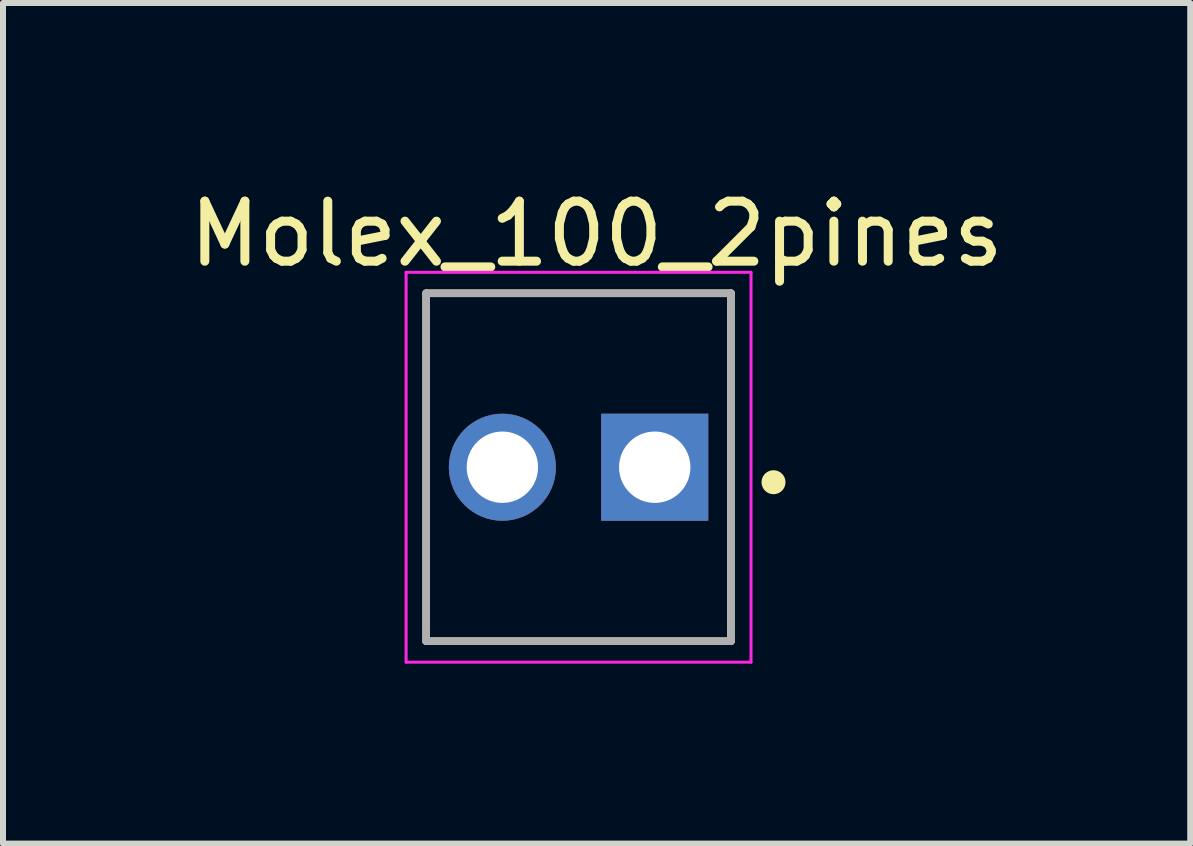
<source format=kicad_pcb>
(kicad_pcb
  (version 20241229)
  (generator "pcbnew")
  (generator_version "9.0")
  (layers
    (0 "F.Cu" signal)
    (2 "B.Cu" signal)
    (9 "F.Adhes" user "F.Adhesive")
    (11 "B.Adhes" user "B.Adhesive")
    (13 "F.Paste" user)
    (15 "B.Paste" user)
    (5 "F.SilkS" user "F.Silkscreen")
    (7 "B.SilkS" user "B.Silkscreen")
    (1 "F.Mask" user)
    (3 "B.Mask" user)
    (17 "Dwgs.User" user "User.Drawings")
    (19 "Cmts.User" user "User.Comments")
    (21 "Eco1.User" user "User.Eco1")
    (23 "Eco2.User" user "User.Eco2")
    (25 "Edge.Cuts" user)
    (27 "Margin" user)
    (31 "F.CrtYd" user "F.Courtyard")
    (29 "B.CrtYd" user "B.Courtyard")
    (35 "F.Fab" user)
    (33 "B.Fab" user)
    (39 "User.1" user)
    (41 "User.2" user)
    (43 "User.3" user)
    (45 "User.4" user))
  (footprint "Molex_100_2pines"
    (layer "F.Cu")
    (at 6.595 4.739)
    (property "Reference" "Molex_100_2pines" (at 0.3 -3.89 0) (layer "F.SilkS") (effects (font (size 1.001 1.001) (thickness 0.15))))
    (attr through_hole)
    (fp_line (start -2.54 -2.9) (end 2.54 -2.9) (stroke (width 0.127) (type solid)) (layer "F.SilkS"))
    (fp_line (start -2.54 2.9) (end -2.54 -2.9) (stroke (width 0.127) (type solid)) (layer "F.SilkS"))
    (fp_line (start 2.54 -2.9) (end 2.54 2.9) (stroke (width 0.127) (type solid)) (layer "F.SilkS"))
    (fp_line (start 2.54 2.9) (end -2.54 2.9) (stroke (width 0.127) (type solid)) (layer "F.SilkS"))
    (fp_circle (center 3.25 0.25) (end 3.35 0.25) (stroke (width 0.2) (type solid)) (fill no) (layer "F.SilkS"))
    (fp_line (start -2.875 -3.25) (end 2.875 -3.25) (stroke (width 0.05) (type solid)) (layer "F.CrtYd"))
    (fp_line (start -2.875 3.25) (end -2.875 -3.25) (stroke (width 0.05) (type solid)) (layer "F.CrtYd"))
    (fp_line (start 2.875 -3.25) (end 2.875 3.25) (stroke (width 0.05) (type solid)) (layer "F.CrtYd"))
    (fp_line (start 2.875 3.25) (end -2.875 3.25) (stroke (width 0.05) (type solid)) (layer "F.CrtYd"))
    (fp_line (start -2.54 -2.9) (end 2.54 -2.9) (stroke (width 0.127) (type solid)) (layer "F.Fab"))
    (fp_line (start -2.54 2.9) (end -2.54 -2.9) (stroke (width 0.127) (type solid)) (layer "F.Fab"))
    (fp_line (start 2.54 -2.9) (end 2.54 2.9) (stroke (width 0.127) (type solid)) (layer "F.Fab"))
    (fp_line (start 2.54 2.9) (end -2.54 2.9) (stroke (width 0.127) (type solid)) (layer "F.Fab"))
    (pad "1" thru_hole rect (at 1.27 0) (size 1.785 1.785) (drill 1.19) (layers "*.Cu" "*.Mask"))
    (pad "2" thru_hole circle (at -1.27 0) (size 1.785 1.785) (drill 1.19) (layers "*.Cu" "*.Mask")))
  (gr_rect
    (start -3 -3)
    (end 16.792 11.014)
    (stroke (width 0.1) (type default))
    (fill no)
    (layer "Edge.Cuts")))
</source>
